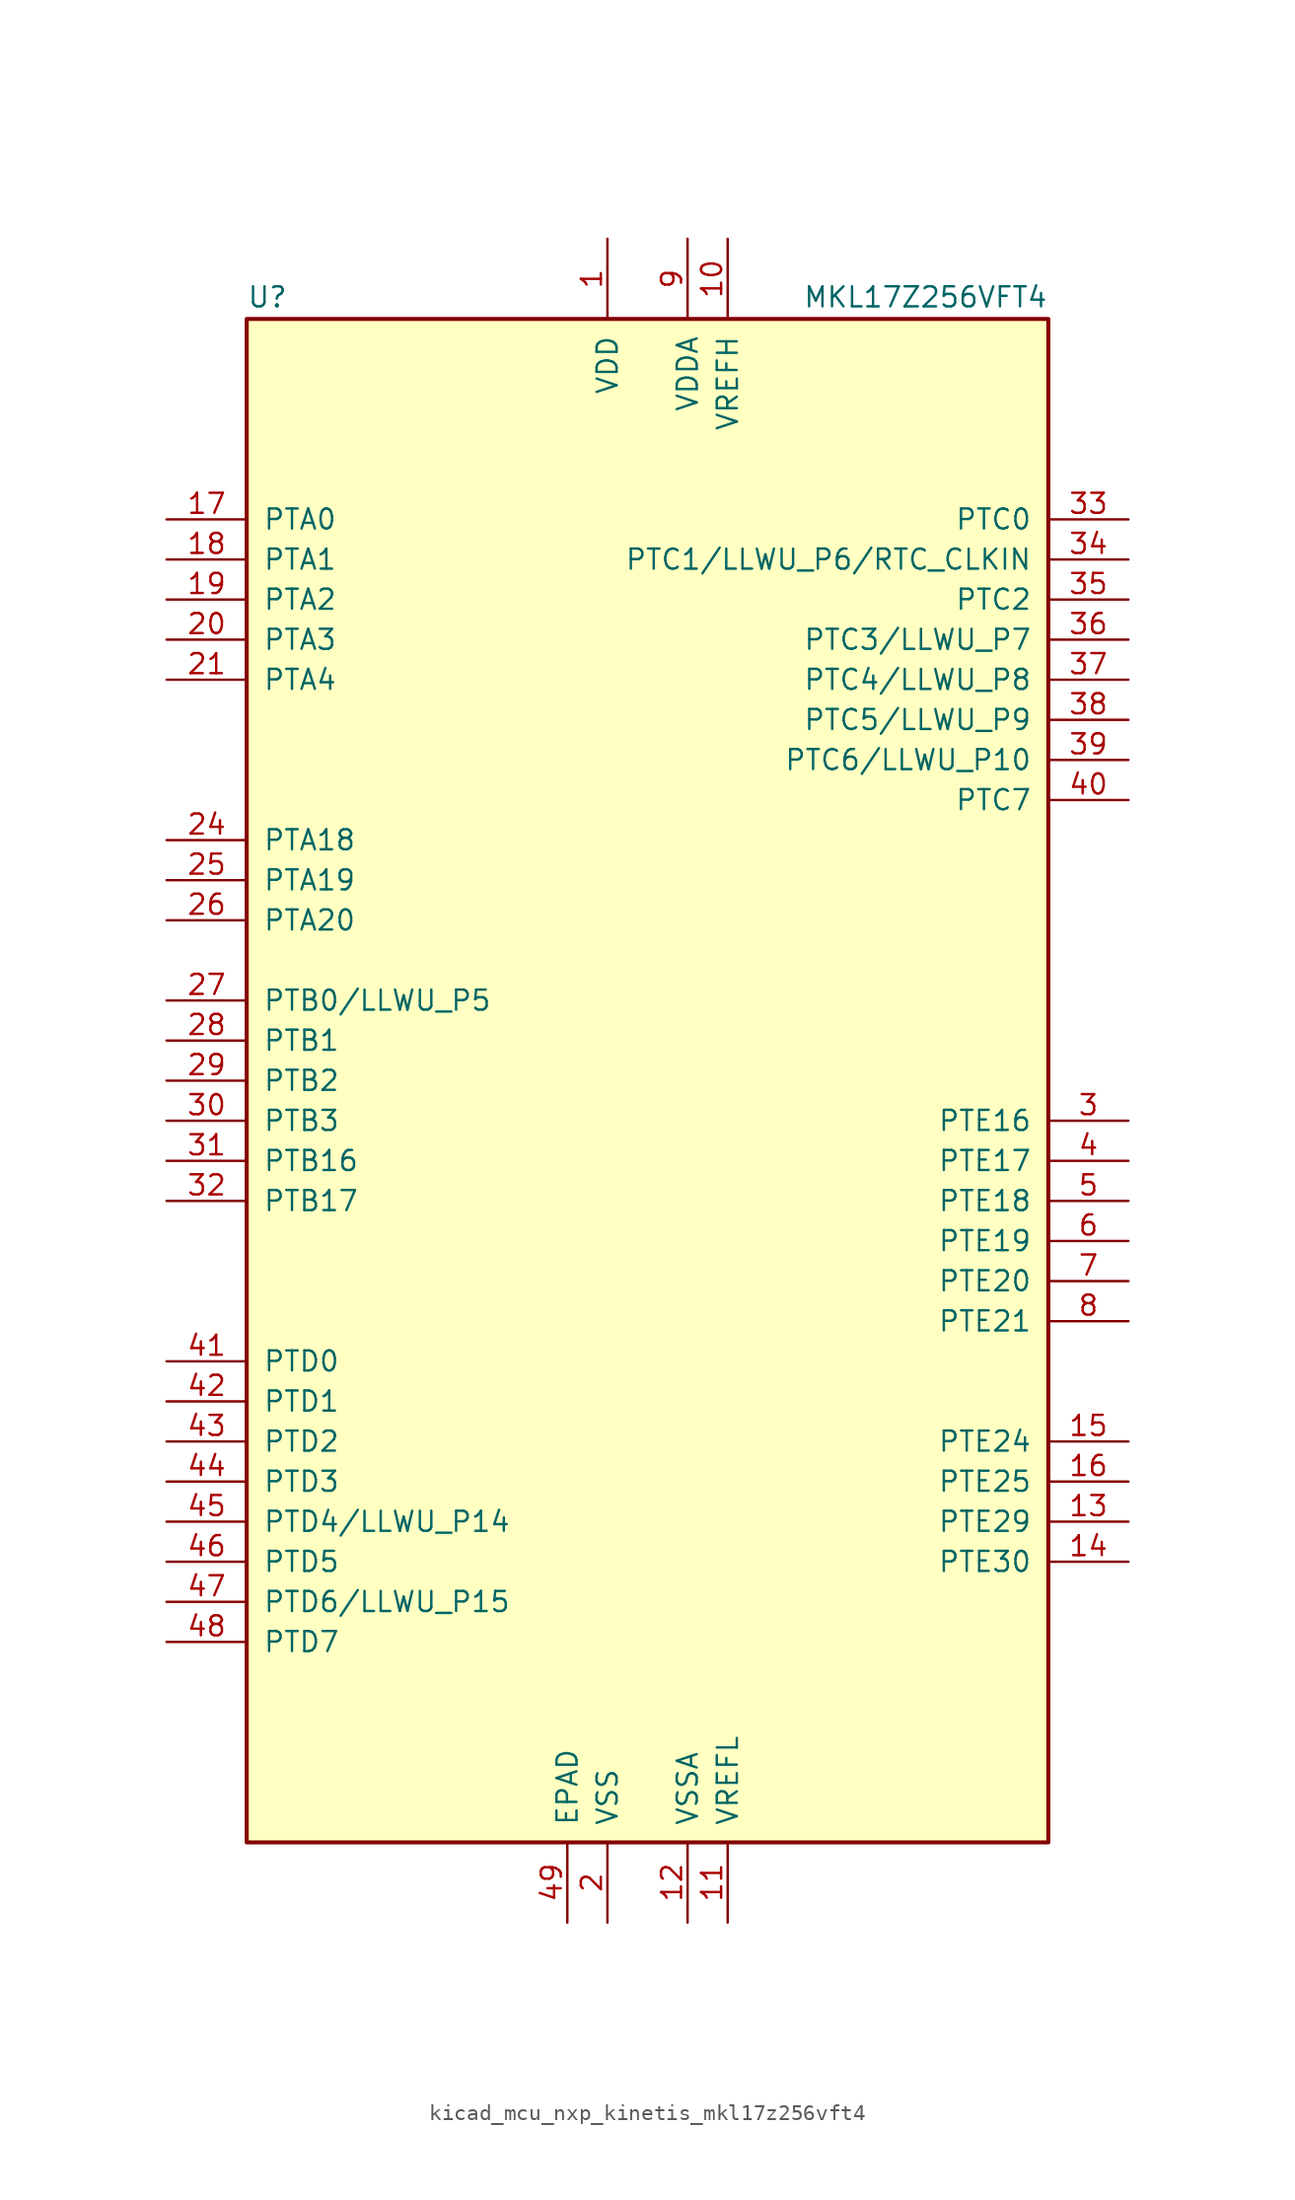
<source format=kicad_sym>
(kicad_symbol_lib
  (version 20220914)
  (generator kicad_symbol_editor)
  (symbol "kicad_mcu_nxp_kinetis_mkl17z256vft4"
    (pin_names
      (offset 1.016))
    (property "Reference" "U"
      (at -25.4 48.895 0)
      (effects (font (size 1.27 1.27)) (justify left bottom)))
    (property "Value" "MKL17Z256VFT4"
      (at 25.4 48.895 0)
      (effects (font (size 1.27 1.27)) (justify right bottom)))
    (symbol "kicad_mcu_nxp_kinetis_mkl17z256vft4_0_1"
      (rectangle (start -25.4 48.26) (end 25.4 -48.26) (stroke (width 0.254) (type default)) (fill (type background))))
    (symbol "kicad_mcu_nxp_kinetis_mkl17z256vft4_1_1"
      (pin power_in line (at -2.54 53.34 270) (length 5.08) (name "VDD" (effects (font (size 1.27 1.27)))) (number "1" (effects (font (size 1.27 1.27)))))
      (pin power_in line (at 5.08 53.34 270) (length 5.08) (name "VREFH" (effects (font (size 1.27 1.27)))) (number "10" (effects (font (size 1.27 1.27)))))
      (pin power_in line (at 5.08 -53.34 90) (length 5.08) (name "VREFL" (effects (font (size 1.27 1.27)))) (number "11" (effects (font (size 1.27 1.27)))))
      (pin power_in line (at 2.54 -53.34 90) (length 5.08) (name "VSSA" (effects (font (size 1.27 1.27)))) (number "12" (effects (font (size 1.27 1.27)))))
      (pin bidirectional line (at 30.48 -27.94 180) (length 5.08) (name "PTE29" (effects (font (size 1.27 1.27)))) (number "13" (effects (font (size 1.27 1.27)))))
      (pin bidirectional line (at 30.48 -30.48 180) (length 5.08) (name "PTE30" (effects (font (size 1.27 1.27)))) (number "14" (effects (font (size 1.27 1.27)))))
      (pin bidirectional line (at 30.48 -22.86 180) (length 5.08) (name "PTE24" (effects (font (size 1.27 1.27)))) (number "15" (effects (font (size 1.27 1.27)))))
      (pin bidirectional line (at 30.48 -25.4 180) (length 5.08) (name "PTE25" (effects (font (size 1.27 1.27)))) (number "16" (effects (font (size 1.27 1.27)))))
      (pin bidirectional line (at -30.48 35.56 0) (length 5.08) (name "PTA0" (effects (font (size 1.27 1.27)))) (number "17" (effects (font (size 1.27 1.27)))))
      (pin bidirectional line (at -30.48 33.02 0) (length 5.08) (name "PTA1" (effects (font (size 1.27 1.27)))) (number "18" (effects (font (size 1.27 1.27)))))
      (pin bidirectional line (at -30.48 30.48 0) (length 5.08) (name "PTA2" (effects (font (size 1.27 1.27)))) (number "19" (effects (font (size 1.27 1.27)))))
      (pin power_in line (at -2.54 -53.34 90) (length 5.08) (name "VSS" (effects (font (size 1.27 1.27)))) (number "2" (effects (font (size 1.27 1.27)))))
      (pin bidirectional line (at -30.48 27.94 0) (length 5.08) (name "PTA3" (effects (font (size 1.27 1.27)))) (number "20" (effects (font (size 1.27 1.27)))))
      (pin bidirectional line (at -30.48 25.4 0) (length 5.08) (name "PTA4" (effects (font (size 1.27 1.27)))) (number "21" (effects (font (size 1.27 1.27)))))
      (pin passive line (at -2.54 53.34 270) (length 5.08) hide (name "VDD" (effects (font (size 1.27 1.27)))) (number "22" (effects (font (size 1.27 1.27)))))
      (pin passive line (at -2.54 -53.34 90) (length 5.08) hide (name "VSS" (effects (font (size 1.27 1.27)))) (number "23" (effects (font (size 1.27 1.27)))))
      (pin bidirectional line (at -30.48 15.24 0) (length 5.08) (name "PTA18" (effects (font (size 1.27 1.27)))) (number "24" (effects (font (size 1.27 1.27)))))
      (pin bidirectional line (at -30.48 12.7 0) (length 5.08) (name "PTA19" (effects (font (size 1.27 1.27)))) (number "25" (effects (font (size 1.27 1.27)))))
      (pin bidirectional line (at -30.48 10.16 0) (length 5.08) (name "PTA20" (effects (font (size 1.27 1.27)))) (number "26" (effects (font (size 1.27 1.27)))))
      (pin bidirectional line (at -30.48 5.08 0) (length 5.08) (name "PTB0/LLWU_P5" (effects (font (size 1.27 1.27)))) (number "27" (effects (font (size 1.27 1.27)))))
      (pin bidirectional line (at -30.48 2.54 0) (length 5.08) (name "PTB1" (effects (font (size 1.27 1.27)))) (number "28" (effects (font (size 1.27 1.27)))))
      (pin bidirectional line (at -30.48 0 0) (length 5.08) (name "PTB2" (effects (font (size 1.27 1.27)))) (number "29" (effects (font (size 1.27 1.27)))))
      (pin bidirectional line (at 30.48 -2.54 180) (length 5.08) (name "PTE16" (effects (font (size 1.27 1.27)))) (number "3" (effects (font (size 1.27 1.27)))))
      (pin bidirectional line (at -30.48 -2.54 0) (length 5.08) (name "PTB3" (effects (font (size 1.27 1.27)))) (number "30" (effects (font (size 1.27 1.27)))))
      (pin bidirectional line (at -30.48 -5.08 0) (length 5.08) (name "PTB16" (effects (font (size 1.27 1.27)))) (number "31" (effects (font (size 1.27 1.27)))))
      (pin bidirectional line (at -30.48 -7.62 0) (length 5.08) (name "PTB17" (effects (font (size 1.27 1.27)))) (number "32" (effects (font (size 1.27 1.27)))))
      (pin bidirectional line (at 30.48 35.56 180) (length 5.08) (name "PTC0" (effects (font (size 1.27 1.27)))) (number "33" (effects (font (size 1.27 1.27)))))
      (pin bidirectional line (at 30.48 33.02 180) (length 5.08) (name "PTC1/LLWU_P6/RTC_CLKIN" (effects (font (size 1.27 1.27)))) (number "34" (effects (font (size 1.27 1.27)))))
      (pin bidirectional line (at 30.48 30.48 180) (length 5.08) (name "PTC2" (effects (font (size 1.27 1.27)))) (number "35" (effects (font (size 1.27 1.27)))))
      (pin bidirectional line (at 30.48 27.94 180) (length 5.08) (name "PTC3/LLWU_P7" (effects (font (size 1.27 1.27)))) (number "36" (effects (font (size 1.27 1.27)))))
      (pin bidirectional line (at 30.48 25.4 180) (length 5.08) (name "PTC4/LLWU_P8" (effects (font (size 1.27 1.27)))) (number "37" (effects (font (size 1.27 1.27)))))
      (pin bidirectional line (at 30.48 22.86 180) (length 5.08) (name "PTC5/LLWU_P9" (effects (font (size 1.27 1.27)))) (number "38" (effects (font (size 1.27 1.27)))))
      (pin bidirectional line (at 30.48 20.32 180) (length 5.08) (name "PTC6/LLWU_P10" (effects (font (size 1.27 1.27)))) (number "39" (effects (font (size 1.27 1.27)))))
      (pin bidirectional line (at 30.48 -5.08 180) (length 5.08) (name "PTE17" (effects (font (size 1.27 1.27)))) (number "4" (effects (font (size 1.27 1.27)))))
      (pin bidirectional line (at 30.48 17.78 180) (length 5.08) (name "PTC7" (effects (font (size 1.27 1.27)))) (number "40" (effects (font (size 1.27 1.27)))))
      (pin bidirectional line (at -30.48 -17.78 0) (length 5.08) (name "PTD0" (effects (font (size 1.27 1.27)))) (number "41" (effects (font (size 1.27 1.27)))))
      (pin bidirectional line (at -30.48 -20.32 0) (length 5.08) (name "PTD1" (effects (font (size 1.27 1.27)))) (number "42" (effects (font (size 1.27 1.27)))))
      (pin bidirectional line (at -30.48 -22.86 0) (length 5.08) (name "PTD2" (effects (font (size 1.27 1.27)))) (number "43" (effects (font (size 1.27 1.27)))))
      (pin bidirectional line (at -30.48 -25.4 0) (length 5.08) (name "PTD3" (effects (font (size 1.27 1.27)))) (number "44" (effects (font (size 1.27 1.27)))))
      (pin bidirectional line (at -30.48 -27.94 0) (length 5.08) (name "PTD4/LLWU_P14" (effects (font (size 1.27 1.27)))) (number "45" (effects (font (size 1.27 1.27)))))
      (pin bidirectional line (at -30.48 -30.48 0) (length 5.08) (name "PTD5" (effects (font (size 1.27 1.27)))) (number "46" (effects (font (size 1.27 1.27)))))
      (pin bidirectional line (at -30.48 -33.02 0) (length 5.08) (name "PTD6/LLWU_P15" (effects (font (size 1.27 1.27)))) (number "47" (effects (font (size 1.27 1.27)))))
      (pin bidirectional line (at -30.48 -35.56 0) (length 5.08) (name "PTD7" (effects (font (size 1.27 1.27)))) (number "48" (effects (font (size 1.27 1.27)))))
      (pin power_in line (at -5.08 -53.34 90) (length 5.08) (name "EPAD" (effects (font (size 1.27 1.27)))) (number "49" (effects (font (size 1.27 1.27)))))
      (pin bidirectional line (at 30.48 -7.62 180) (length 5.08) (name "PTE18" (effects (font (size 1.27 1.27)))) (number "5" (effects (font (size 1.27 1.27)))))
      (pin bidirectional line (at 30.48 -10.16 180) (length 5.08) (name "PTE19" (effects (font (size 1.27 1.27)))) (number "6" (effects (font (size 1.27 1.27)))))
      (pin bidirectional line (at 30.48 -12.7 180) (length 5.08) (name "PTE20" (effects (font (size 1.27 1.27)))) (number "7" (effects (font (size 1.27 1.27)))))
      (pin bidirectional line (at 30.48 -15.24 180) (length 5.08) (name "PTE21" (effects (font (size 1.27 1.27)))) (number "8" (effects (font (size 1.27 1.27)))))
      (pin power_in line (at 2.54 53.34 270) (length 5.08) (name "VDDA" (effects (font (size 1.27 1.27)))) (number "9" (effects (font (size 1.27 1.27))))))))
</source>
